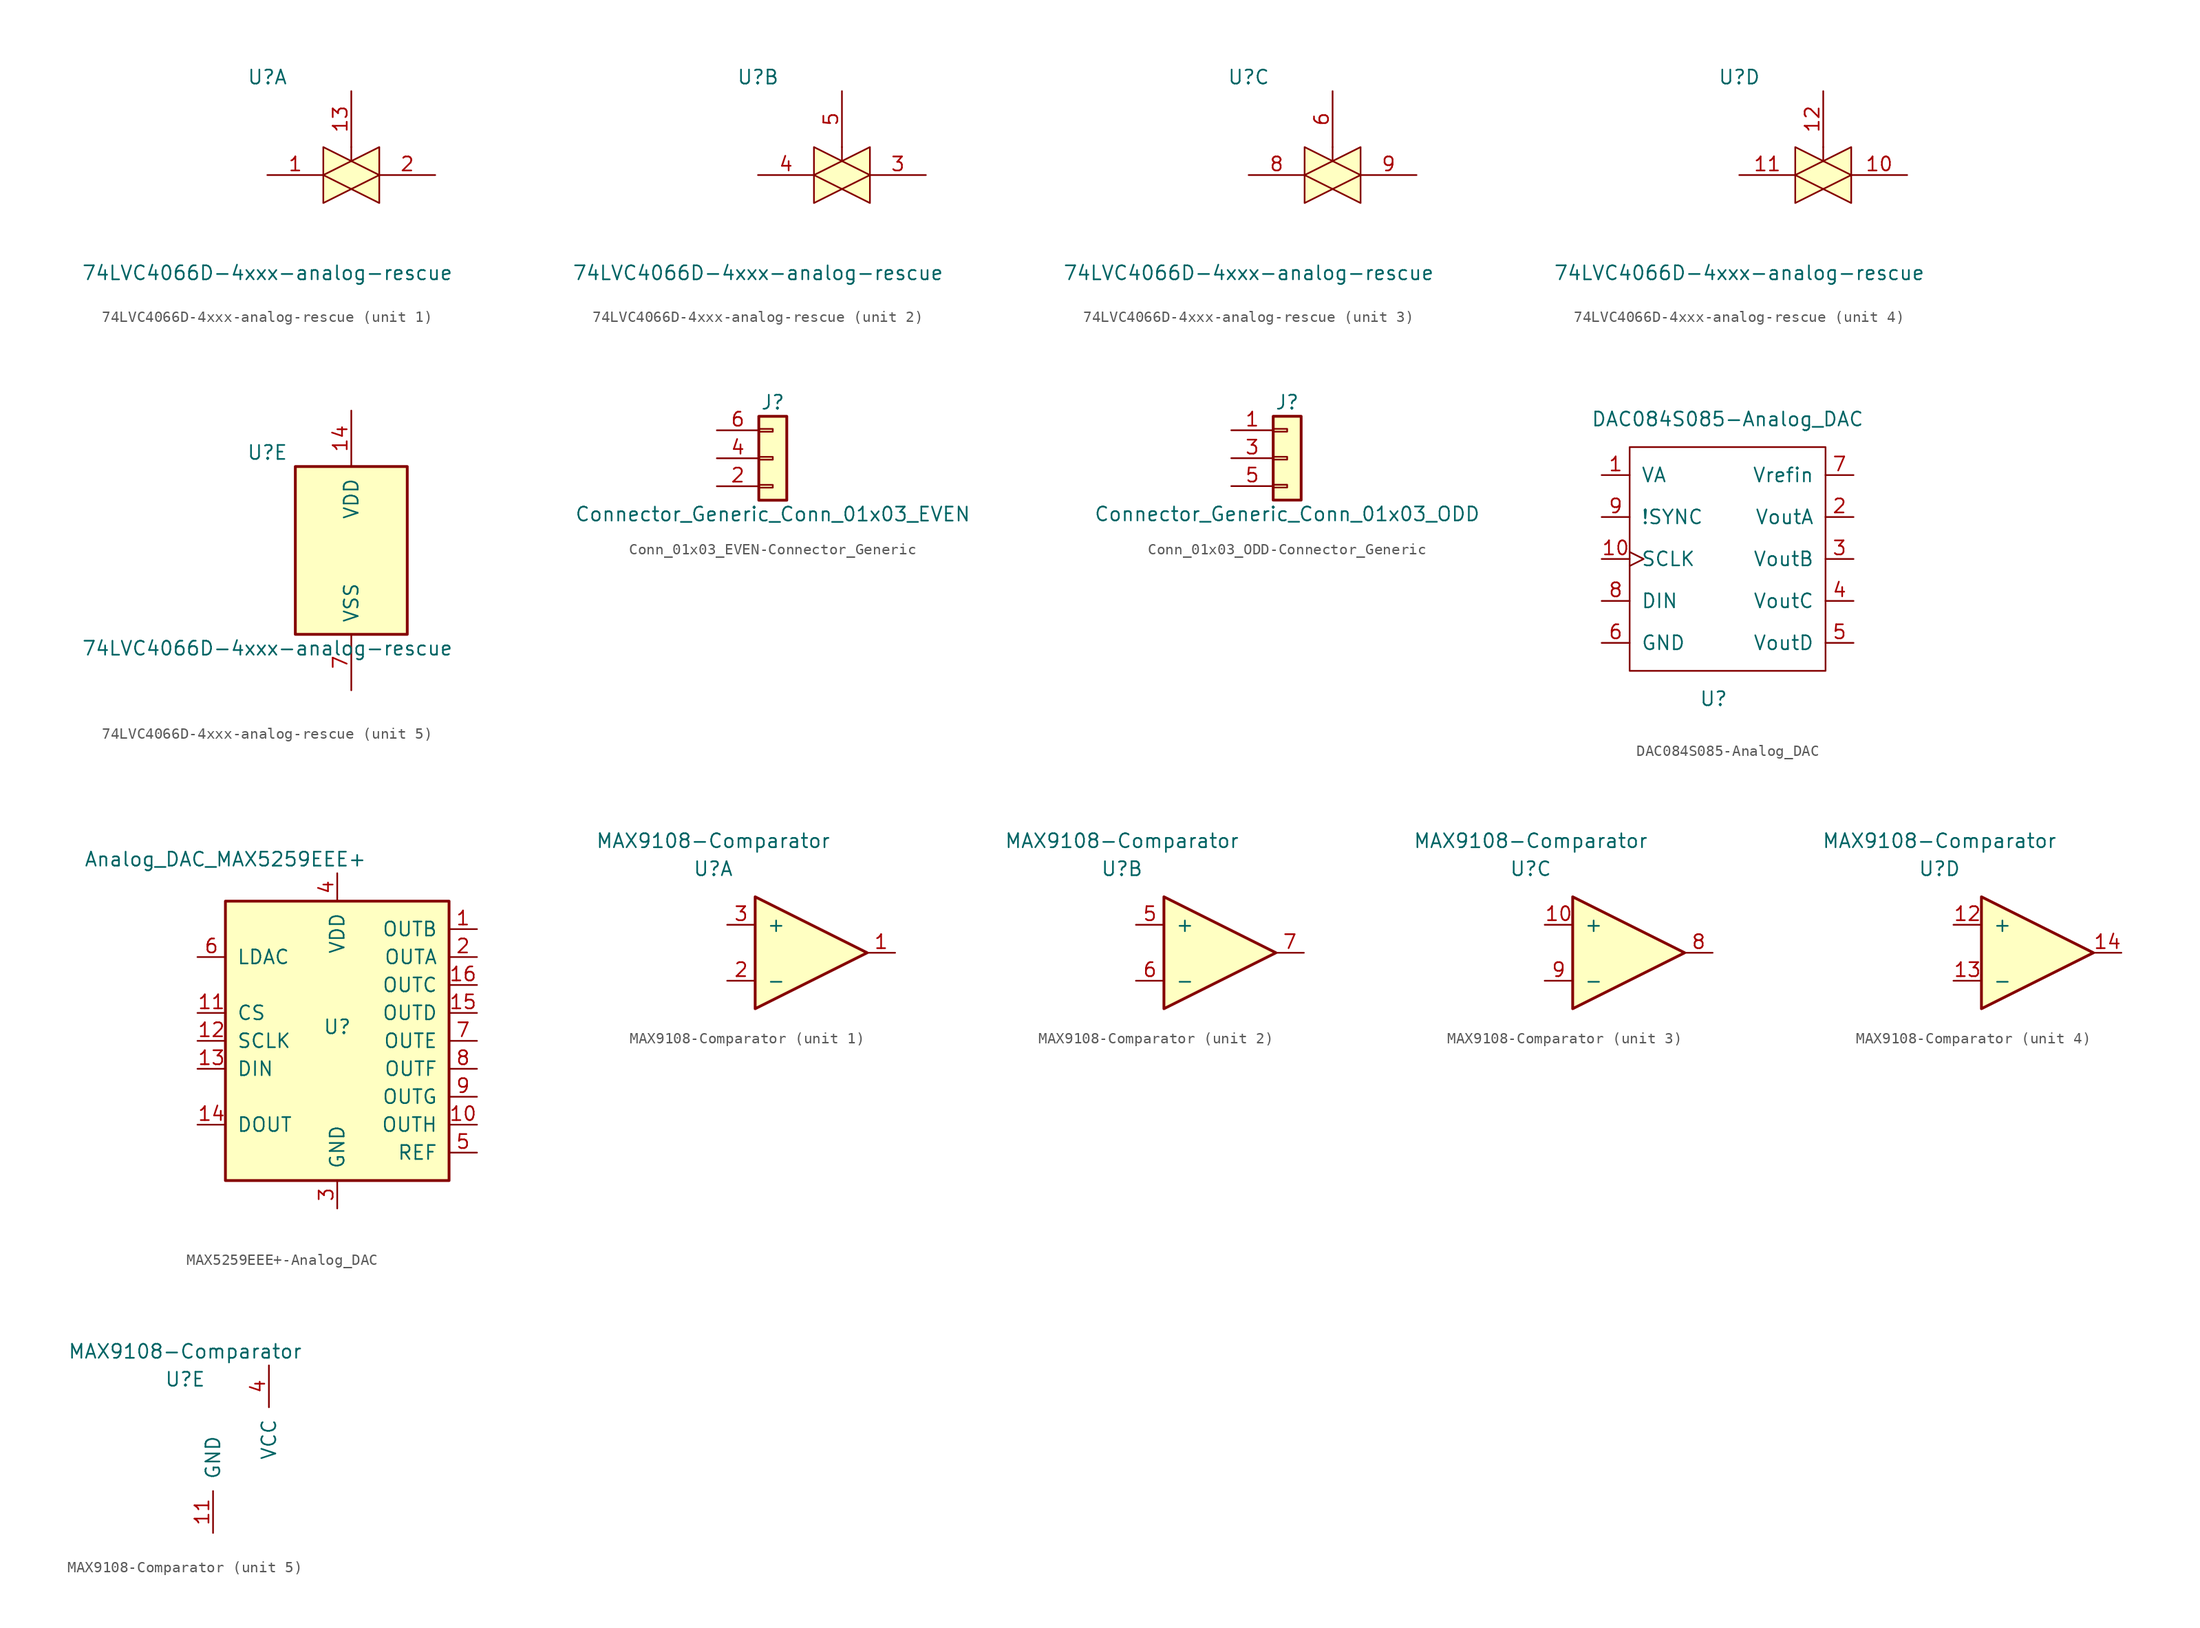
<source format=kicad_sym>
(kicad_symbol_lib
  (version 20220914)
  (generator kicad_symbol_editor)
  (symbol "74LVC4066D-4xxx-analog-rescue"
    (pin_names
      (offset 1.016))
    (property "Reference" "U"
      (at -7.62 8.89 0)
      (effects (font (size 1.27 1.27))))
    (property "Value" "74LVC4066D-4xxx-analog-rescue"
      (at -7.62 -8.89 0)
      (effects (font (size 1.27 1.27))))
    (property "ki_locked" ""
      (at 0 0 0)
      (effects (font (size 1.27 1.27))))
    (symbol "74LVC4066D-4xxx-analog-rescue_1_0"
      (polyline (pts (xy 0 1.27) (xy 0 2.54)) (stroke (width 0.152) (type solid)) (fill (type none)))
      (polyline (pts (xy -2.54 0) (xy 2.54 2.54) (xy 2.54 -2.54) (xy -2.54 0)) (stroke (width 0) (type solid)) (fill (type background)))
      (polyline (pts (xy -2.54 2.54) (xy 2.54 0) (xy -2.54 -2.54) (xy -2.54 2.54)) (stroke (width 0) (type solid)) (fill (type background)))
      (pin passive line (at -7.62 0 0) (length 5.08) (name "~" (effects (font (size 1.27 1.27)))) (number "1" (effects (font (size 1.27 1.27)))))
      (pin input line (at 0 7.62 270) (length 5.08) (name "~" (effects (font (size 1.27 1.27)))) (number "13" (effects (font (size 1.27 1.27)))))
      (pin passive line (at 7.62 0 180) (length 5.08) (name "~" (effects (font (size 1.27 1.27)))) (number "2" (effects (font (size 1.27 1.27))))))
    (symbol "74LVC4066D-4xxx-analog-rescue_2_0"
      (polyline (pts (xy 0 1.27) (xy 0 2.54)) (stroke (width 0.152) (type solid)) (fill (type none)))
      (polyline (pts (xy -2.54 0) (xy 2.54 2.54) (xy 2.54 -2.54) (xy -2.54 0)) (stroke (width 0) (type solid)) (fill (type background)))
      (polyline (pts (xy -2.54 2.54) (xy 2.54 0) (xy -2.54 -2.54) (xy -2.54 2.54)) (stroke (width 0) (type solid)) (fill (type background)))
      (pin passive line (at 7.62 0 180) (length 5.08) (name "~" (effects (font (size 1.27 1.27)))) (number "3" (effects (font (size 1.27 1.27)))))
      (pin passive line (at -7.62 0 0) (length 5.08) (name "~" (effects (font (size 1.27 1.27)))) (number "4" (effects (font (size 1.27 1.27)))))
      (pin input line (at 0 7.62 270) (length 5.08) (name "~" (effects (font (size 1.27 1.27)))) (number "5" (effects (font (size 1.27 1.27))))))
    (symbol "74LVC4066D-4xxx-analog-rescue_3_0"
      (polyline (pts (xy 0 1.27) (xy 0 2.54)) (stroke (width 0.152) (type solid)) (fill (type none)))
      (polyline (pts (xy -2.54 0) (xy 2.54 2.54) (xy 2.54 -2.54) (xy -2.54 0)) (stroke (width 0) (type solid)) (fill (type background)))
      (polyline (pts (xy -2.54 2.54) (xy 2.54 0) (xy -2.54 -2.54) (xy -2.54 2.54)) (stroke (width 0) (type solid)) (fill (type background)))
      (pin input line (at 0 7.62 270) (length 5.08) (name "~" (effects (font (size 1.27 1.27)))) (number "6" (effects (font (size 1.27 1.27)))))
      (pin passive line (at -7.62 0 0) (length 5.08) (name "~" (effects (font (size 1.27 1.27)))) (number "8" (effects (font (size 1.27 1.27)))))
      (pin passive line (at 7.62 0 180) (length 5.08) (name "~" (effects (font (size 1.27 1.27)))) (number "9" (effects (font (size 1.27 1.27))))))
    (symbol "74LVC4066D-4xxx-analog-rescue_4_0"
      (polyline (pts (xy 0 1.27) (xy 0 2.54)) (stroke (width 0.152) (type solid)) (fill (type none)))
      (polyline (pts (xy -2.54 0) (xy 2.54 2.54) (xy 2.54 -2.54) (xy -2.54 0)) (stroke (width 0) (type solid)) (fill (type background)))
      (polyline (pts (xy -2.54 2.54) (xy 2.54 0) (xy -2.54 -2.54) (xy -2.54 2.54)) (stroke (width 0) (type solid)) (fill (type background)))
      (pin passive line (at 7.62 0 180) (length 5.08) (name "~" (effects (font (size 1.27 1.27)))) (number "10" (effects (font (size 1.27 1.27)))))
      (pin passive line (at -7.62 0 0) (length 5.08) (name "~" (effects (font (size 1.27 1.27)))) (number "11" (effects (font (size 1.27 1.27)))))
      (pin input line (at 0 7.62 270) (length 5.08) (name "~" (effects (font (size 1.27 1.27)))) (number "12" (effects (font (size 1.27 1.27))))))
    (symbol "74LVC4066D-4xxx-analog-rescue_5_0"
      (pin power_in line (at 0 12.7 270) (length 5.08) (name "VDD" (effects (font (size 1.27 1.27)))) (number "14" (effects (font (size 1.27 1.27)))))
      (pin power_in line (at 0 -12.7 90) (length 5.08) (name "VSS" (effects (font (size 1.27 1.27)))) (number "7" (effects (font (size 1.27 1.27))))))
    (symbol "74LVC4066D-4xxx-analog-rescue_5_1"
      (rectangle (start -5.08 7.62) (end 5.08 -7.62) (stroke (width 0.254) (type solid)) (fill (type background)))))
  (symbol "Conn_01x03_EVEN-Connector_Generic"
    (pin_names
      (offset 1.016) hide)
    (property "Reference" "J"
      (at 0 5.08 0)
      (effects (font (size 1.27 1.27))))
    (property "Value" "Connector_Generic_Conn_01x03_EVEN"
      (at 0 -5.08 0)
      (effects (font (size 1.27 1.27))))
    (symbol "Conn_01x03_EVEN-Connector_Generic_1_1"
      (rectangle (start -1.27 -2.413) (end 0 -2.667) (stroke (width 0.152) (type solid)) (fill (type none)))
      (rectangle (start -1.27 0.127) (end 0 -0.127) (stroke (width 0.152) (type solid)) (fill (type none)))
      (rectangle (start -1.27 2.667) (end 0 2.413) (stroke (width 0.152) (type solid)) (fill (type none)))
      (rectangle (start -1.27 3.81) (end 1.27 -3.81) (stroke (width 0.254) (type solid)) (fill (type background)))
      (pin passive line (at -5.08 -2.54 0) (length 3.81) (name "Pin_2" (effects (font (size 1.27 1.27)))) (number "2" (effects (font (size 1.27 1.27)))))
      (pin passive line (at -5.08 0 0) (length 3.81) (name "Pin_4" (effects (font (size 1.27 1.27)))) (number "4" (effects (font (size 1.27 1.27)))))
      (pin passive line (at -5.08 2.54 0) (length 3.81) (name "Pin_6" (effects (font (size 1.27 1.27)))) (number "6" (effects (font (size 1.27 1.27)))))))
  (symbol "Conn_01x03_ODD-Connector_Generic"
    (pin_names
      (offset 1.016) hide)
    (property "Reference" "J"
      (at 0 5.08 0)
      (effects (font (size 1.27 1.27))))
    (property "Value" "Connector_Generic_Conn_01x03_ODD"
      (at 0 -5.08 0)
      (effects (font (size 1.27 1.27))))
    (symbol "Conn_01x03_ODD-Connector_Generic_1_1"
      (rectangle (start -1.27 -2.413) (end 0 -2.667) (stroke (width 0.152) (type solid)) (fill (type none)))
      (rectangle (start -1.27 0.127) (end 0 -0.127) (stroke (width 0.152) (type solid)) (fill (type none)))
      (rectangle (start -1.27 2.667) (end 0 2.413) (stroke (width 0.152) (type solid)) (fill (type none)))
      (rectangle (start -1.27 3.81) (end 1.27 -3.81) (stroke (width 0.254) (type solid)) (fill (type background)))
      (pin passive line (at -5.08 2.54 0) (length 3.81) (name "Pin_1" (effects (font (size 1.27 1.27)))) (number "1" (effects (font (size 1.27 1.27)))))
      (pin passive line (at -5.08 0 0) (length 3.81) (name "Pin_3" (effects (font (size 1.27 1.27)))) (number "3" (effects (font (size 1.27 1.27)))))
      (pin passive line (at -5.08 -2.54 0) (length 3.81) (name "Pin_5" (effects (font (size 1.27 1.27)))) (number "5" (effects (font (size 1.27 1.27)))))))
  (symbol "DAC084S085-Analog_DAC"
    (pin_names
      (offset 1.016))
    (property "Reference" "U"
      (at -1.27 -12.7 0)
      (effects (font (size 1.27 1.27))))
    (property "Value" "DAC084S085-Analog_DAC"
      (at 0 12.7 0)
      (effects (font (size 1.27 1.27))))
    (symbol "DAC084S085-Analog_DAC_0_1"
      (rectangle (start -8.89 10.16) (end 8.89 -10.16) (stroke (width 0) (type solid)) (fill (type none))))
    (symbol "DAC084S085-Analog_DAC_1_1"
      (pin power_in line (at -11.43 7.62 0) (length 2.54) (name "VA" (effects (font (size 1.27 1.27)))) (number "1" (effects (font (size 1.27 1.27)))))
      (pin input clock (at -11.43 0 0) (length 2.54) (name "SCLK" (effects (font (size 1.27 1.27)))) (number "10" (effects (font (size 1.27 1.27)))))
      (pin output line (at 11.43 3.81 180) (length 2.54) (name "VoutA" (effects (font (size 1.27 1.27)))) (number "2" (effects (font (size 1.27 1.27)))))
      (pin output line (at 11.43 0 180) (length 2.54) (name "VoutB" (effects (font (size 1.27 1.27)))) (number "3" (effects (font (size 1.27 1.27)))))
      (pin output line (at 11.43 -3.81 180) (length 2.54) (name "VoutC" (effects (font (size 1.27 1.27)))) (number "4" (effects (font (size 1.27 1.27)))))
      (pin output line (at 11.43 -7.62 180) (length 2.54) (name "VoutD" (effects (font (size 1.27 1.27)))) (number "5" (effects (font (size 1.27 1.27)))))
      (pin power_in line (at -11.43 -7.62 0) (length 2.54) (name "GND" (effects (font (size 1.27 1.27)))) (number "6" (effects (font (size 1.27 1.27)))))
      (pin power_in line (at 11.43 7.62 180) (length 2.54) (name "Vrefin" (effects (font (size 1.27 1.27)))) (number "7" (effects (font (size 1.27 1.27)))))
      (pin input line (at -11.43 -3.81 0) (length 2.54) (name "DIN" (effects (font (size 1.27 1.27)))) (number "8" (effects (font (size 1.27 1.27)))))
      (pin input line (at -11.43 3.81 0) (length 2.54) (name "!SYNC" (effects (font (size 1.27 1.27)))) (number "9" (effects (font (size 1.27 1.27)))))))
  (symbol "MAX5259EEE+-Analog_DAC"
    (pin_names
      (offset 1.016))
    (property "Reference" "U"
      (at 0 1.27 0)
      (effects (font (size 1.27 1.27))))
    (property "Value" "Analog_DAC_MAX5259EEE+"
      (at -10.16 16.51 0)
      (effects (font (size 1.27 1.27))))
    (symbol "MAX5259EEE+-Analog_DAC_1_1"
      (rectangle (start -10.16 12.7) (end 10.16 -12.7) (stroke (width 0.254) (type solid)) (fill (type background)))
      (pin output line (at 12.7 10.16 180) (length 2.54) (name "OUTB" (effects (font (size 1.27 1.27)))) (number "1" (effects (font (size 1.27 1.27)))))
      (pin output line (at 12.7 -7.62 180) (length 2.54) (name "OUTH" (effects (font (size 1.27 1.27)))) (number "10" (effects (font (size 1.27 1.27)))))
      (pin input line (at -12.7 2.54 0) (length 2.54) (name "CS" (effects (font (size 1.27 1.27)))) (number "11" (effects (font (size 1.27 1.27)))))
      (pin input line (at -12.7 0 0) (length 2.54) (name "SCLK" (effects (font (size 1.27 1.27)))) (number "12" (effects (font (size 1.27 1.27)))))
      (pin input line (at -12.7 -2.54 0) (length 2.54) (name "DIN" (effects (font (size 1.27 1.27)))) (number "13" (effects (font (size 1.27 1.27)))))
      (pin output line (at -12.7 -7.62 0) (length 2.54) (name "DOUT" (effects (font (size 1.27 1.27)))) (number "14" (effects (font (size 1.27 1.27)))))
      (pin output line (at 12.7 2.54 180) (length 2.54) (name "OUTD" (effects (font (size 1.27 1.27)))) (number "15" (effects (font (size 1.27 1.27)))))
      (pin output line (at 12.7 5.08 180) (length 2.54) (name "OUTC" (effects (font (size 1.27 1.27)))) (number "16" (effects (font (size 1.27 1.27)))))
      (pin output line (at 12.7 7.62 180) (length 2.54) (name "OUTA" (effects (font (size 1.27 1.27)))) (number "2" (effects (font (size 1.27 1.27)))))
      (pin power_in line (at 0 -15.24 90) (length 2.54) (name "GND" (effects (font (size 1.27 1.27)))) (number "3" (effects (font (size 1.27 1.27)))))
      (pin power_in line (at 0 15.24 270) (length 2.54) (name "VDD" (effects (font (size 1.27 1.27)))) (number "4" (effects (font (size 1.27 1.27)))))
      (pin input line (at 12.7 -10.16 180) (length 2.54) (name "REF" (effects (font (size 1.27 1.27)))) (number "5" (effects (font (size 1.27 1.27)))))
      (pin input line (at -12.7 7.62 0) (length 2.54) (name "LDAC" (effects (font (size 1.27 1.27)))) (number "6" (effects (font (size 1.27 1.27)))))
      (pin output line (at 12.7 0 180) (length 2.54) (name "OUTE" (effects (font (size 1.27 1.27)))) (number "7" (effects (font (size 1.27 1.27)))))
      (pin output line (at 12.7 -2.54 180) (length 2.54) (name "OUTF" (effects (font (size 1.27 1.27)))) (number "8" (effects (font (size 1.27 1.27)))))
      (pin output line (at 12.7 -5.08 180) (length 2.54) (name "OUTG" (effects (font (size 1.27 1.27)))) (number "9" (effects (font (size 1.27 1.27)))))))
  (symbol "MAX9108-Comparator"
    (pin_names
      (offset 1.016))
    (property "Reference" "U"
      (at -7.62 7.62 0)
      (effects (font (size 1.27 1.27))))
    (property "Value" "MAX9108-Comparator"
      (at -7.62 10.16 0)
      (effects (font (size 1.27 1.27))))
    (symbol "MAX9108-Comparator_1_1"
      (polyline (pts (xy -3.81 5.08) (xy 6.35 0) (xy -3.81 -5.08) (xy -3.81 5.08)) (stroke (width 0.254) (type solid)) (fill (type background)))
      (pin output line (at 8.89 0 180) (length 2.54) (name "~" (effects (font (size 1.27 1.27)))) (number "1" (effects (font (size 1.27 1.27)))))
      (pin input line (at -6.35 -2.54 0) (length 2.54) (name "-" (effects (font (size 1.27 1.27)))) (number "2" (effects (font (size 1.27 1.27)))))
      (pin input line (at -6.35 2.54 0) (length 2.54) (name "+" (effects (font (size 1.27 1.27)))) (number "3" (effects (font (size 1.27 1.27))))))
    (symbol "MAX9108-Comparator_2_1"
      (polyline (pts (xy -3.81 5.08) (xy 6.35 0) (xy -3.81 -5.08) (xy -3.81 5.08)) (stroke (width 0.254) (type solid)) (fill (type background)))
      (pin input line (at -6.35 2.54 0) (length 2.54) (name "+" (effects (font (size 1.27 1.27)))) (number "5" (effects (font (size 1.27 1.27)))))
      (pin input line (at -6.35 -2.54 0) (length 2.54) (name "-" (effects (font (size 1.27 1.27)))) (number "6" (effects (font (size 1.27 1.27)))))
      (pin output line (at 8.89 0 180) (length 2.54) (name "~" (effects (font (size 1.27 1.27)))) (number "7" (effects (font (size 1.27 1.27))))))
    (symbol "MAX9108-Comparator_3_1"
      (polyline (pts (xy -3.81 5.08) (xy 6.35 0) (xy -3.81 -5.08) (xy -3.81 5.08)) (stroke (width 0.254) (type solid)) (fill (type background)))
      (pin input line (at -6.35 2.54 0) (length 2.54) (name "+" (effects (font (size 1.27 1.27)))) (number "10" (effects (font (size 1.27 1.27)))))
      (pin output line (at 8.89 0 180) (length 2.54) (name "~" (effects (font (size 1.27 1.27)))) (number "8" (effects (font (size 1.27 1.27)))))
      (pin input line (at -6.35 -2.54 0) (length 2.54) (name "-" (effects (font (size 1.27 1.27)))) (number "9" (effects (font (size 1.27 1.27))))))
    (symbol "MAX9108-Comparator_4_1"
      (polyline (pts (xy -3.81 5.08) (xy 6.35 0) (xy -3.81 -5.08) (xy -3.81 5.08)) (stroke (width 0.254) (type solid)) (fill (type background)))
      (pin input line (at -6.35 2.54 0) (length 2.54) (name "+" (effects (font (size 1.27 1.27)))) (number "12" (effects (font (size 1.27 1.27)))))
      (pin input line (at -6.35 -2.54 0) (length 2.54) (name "-" (effects (font (size 1.27 1.27)))) (number "13" (effects (font (size 1.27 1.27)))))
      (pin output line (at 8.89 0 180) (length 2.54) (name "~" (effects (font (size 1.27 1.27)))) (number "14" (effects (font (size 1.27 1.27))))))
    (symbol "MAX9108-Comparator_5_1"
      (pin power_in line (at -5.08 -6.35 90) (length 3.81) (name "GND" (effects (font (size 1.27 1.27)))) (number "11" (effects (font (size 1.27 1.27)))))
      (pin power_in line (at 0 8.89 270) (length 3.81) (name "VCC" (effects (font (size 1.27 1.27)))) (number "4" (effects (font (size 1.27 1.27))))))))
</source>
